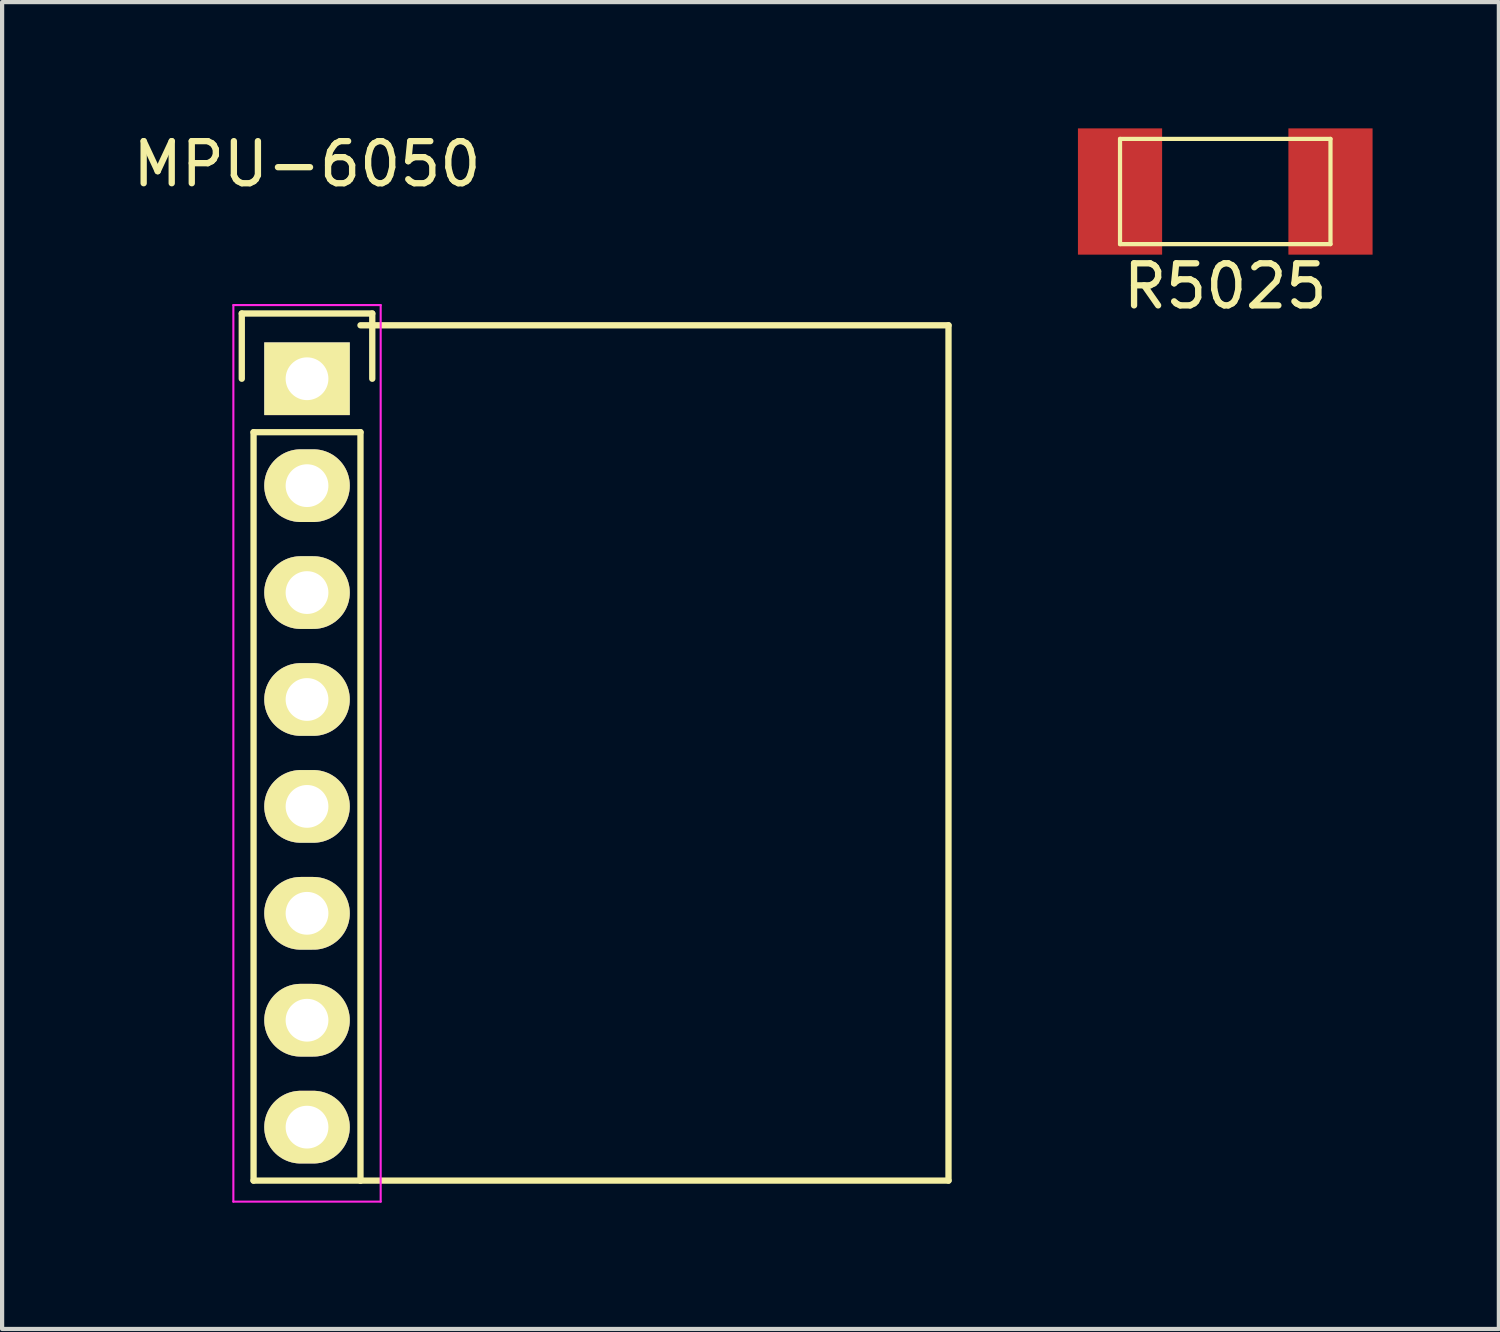
<source format=kicad_pcb>
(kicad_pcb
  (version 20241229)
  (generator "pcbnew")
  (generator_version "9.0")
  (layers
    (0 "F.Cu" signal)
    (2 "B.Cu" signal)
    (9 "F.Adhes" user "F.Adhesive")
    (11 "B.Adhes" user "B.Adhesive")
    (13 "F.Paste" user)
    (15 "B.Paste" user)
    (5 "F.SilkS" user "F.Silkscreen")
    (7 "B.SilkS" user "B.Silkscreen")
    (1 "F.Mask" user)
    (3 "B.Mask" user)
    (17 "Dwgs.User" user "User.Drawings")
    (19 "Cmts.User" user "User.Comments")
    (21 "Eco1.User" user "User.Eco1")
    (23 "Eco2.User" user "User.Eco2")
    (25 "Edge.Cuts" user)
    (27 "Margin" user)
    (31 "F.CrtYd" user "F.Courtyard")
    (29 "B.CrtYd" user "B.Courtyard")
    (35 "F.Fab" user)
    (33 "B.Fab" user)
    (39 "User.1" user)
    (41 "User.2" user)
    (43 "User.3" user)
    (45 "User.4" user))
  (footprint "R5025"
    (layer "F.Cu")
    (at 26.059 1.5)
    (property "Reference" "R5025" (at 0 2.25 0) (layer "F.SilkS") (effects (font (size 1 1) (thickness 0.15))))
    (attr through_hole)
    (fp_line (start -2.5 -1.25) (end -2.5 1.25) (stroke (width 0.1) (type solid)) (layer "F.SilkS"))
    (fp_line (start -2.5 1.25) (end 2.5 1.25) (stroke (width 0.1) (type solid)) (layer "F.SilkS"))
    (fp_line (start 2.5 -1.25) (end -2.5 -1.25) (stroke (width 0.1) (type solid)) (layer "F.SilkS"))
    (fp_line (start 2.5 1.25) (end 2.5 -1.25) (stroke (width 0.1) (type solid)) (layer "F.SilkS"))
    (pad "1" smd rect (at 2.5 0) (size 2 3) (layers "F.Cu" "F.Mask" "F.Paste"))
    (pad "2" smd rect (at -2.5 0) (size 2 3) (layers "F.Cu" "F.Mask" "F.Paste")))
  (footprint "MPU-6050"
    (layer "F.Cu")
    (at 4.244 5.948)
    (property "Reference" "MPU-6050" (at 0 -5.1 0) (layer "F.SilkS") (effects (font (size 1 1) (thickness 0.15))))
    (attr through_hole)
    (fp_line (start -1.55 -1.55) (end 1.55 -1.55) (stroke (width 0.15) (type solid)) (layer "F.SilkS"))
    (fp_line (start -1.55 0) (end -1.55 -1.55) (stroke (width 0.15) (type solid)) (layer "F.SilkS"))
    (fp_line (start -1.27 19.05) (end -1.27 1.27) (stroke (width 0.15) (type solid)) (layer "F.SilkS"))
    (fp_line (start 1.27 -1.27) (end 15.24 -1.27) (stroke (width 0.15) (type solid)) (layer "F.SilkS"))
    (fp_line (start 1.27 1.27) (end -1.27 1.27) (stroke (width 0.15) (type solid)) (layer "F.SilkS"))
    (fp_line (start 1.27 1.27) (end 1.27 19.05) (stroke (width 0.15) (type solid)) (layer "F.SilkS"))
    (fp_line (start 1.27 19.05) (end -1.27 19.05) (stroke (width 0.15) (type solid)) (layer "F.SilkS"))
    (fp_line (start 1.27 19.05) (end 15.24 19.05) (stroke (width 0.15) (type solid)) (layer "F.SilkS"))
    (fp_line (start 1.55 -1.55) (end 1.55 0) (stroke (width 0.15) (type solid)) (layer "F.SilkS"))
    (fp_line (start 15.24 19.05) (end 15.24 -1.27) (stroke (width 0.15) (type solid)) (layer "F.SilkS"))
    (fp_line (start -1.75 -1.75) (end -1.75 19.55) (stroke (width 0.05) (type solid)) (layer "F.CrtYd"))
    (fp_line (start -1.75 -1.75) (end 1.75 -1.75) (stroke (width 0.05) (type solid)) (layer "F.CrtYd"))
    (fp_line (start -1.75 19.55) (end 1.75 19.55) (stroke (width 0.05) (type solid)) (layer "F.CrtYd"))
    (fp_line (start 1.75 -1.75) (end 1.75 19.55) (stroke (width 0.05) (type solid)) (layer "F.CrtYd"))
    (pad "1" thru_hole rect (at 0 0) (size 2.032 1.727) (drill 1.016) (layers "*.Cu" "*.Mask" "F.SilkS"))
    (pad "2" thru_hole oval (at 0 2.54) (size 2.032 1.727) (drill 1.016) (layers "*.Cu" "*.Mask" "F.SilkS"))
    (pad "3" thru_hole oval (at 0 5.08) (size 2.032 1.727) (drill 1.016) (layers "*.Cu" "*.Mask" "F.SilkS"))
    (pad "4" thru_hole oval (at 0 7.62) (size 2.032 1.727) (drill 1.016) (layers "*.Cu" "*.Mask" "F.SilkS"))
    (pad "5" thru_hole oval (at 0 10.16) (size 2.032 1.727) (drill 1.016) (layers "*.Cu" "*.Mask" "F.SilkS"))
    (pad "6" thru_hole oval (at 0 12.7) (size 2.032 1.727) (drill 1.016) (layers "*.Cu" "*.Mask" "F.SilkS"))
    (pad "7" thru_hole oval (at 0 15.24) (size 2.032 1.727) (drill 1.016) (layers "*.Cu" "*.Mask" "F.SilkS"))
    (pad "8" thru_hole oval (at 0 17.78) (size 2.032 1.727) (drill 1.016) (layers "*.Cu" "*.Mask" "F.SilkS")))
  (gr_rect
    (start -3 -3)
    (end 32.559 28.523)
    (stroke (width 0.1) (type default))
    (fill no)
    (layer "Edge.Cuts")))
</source>
